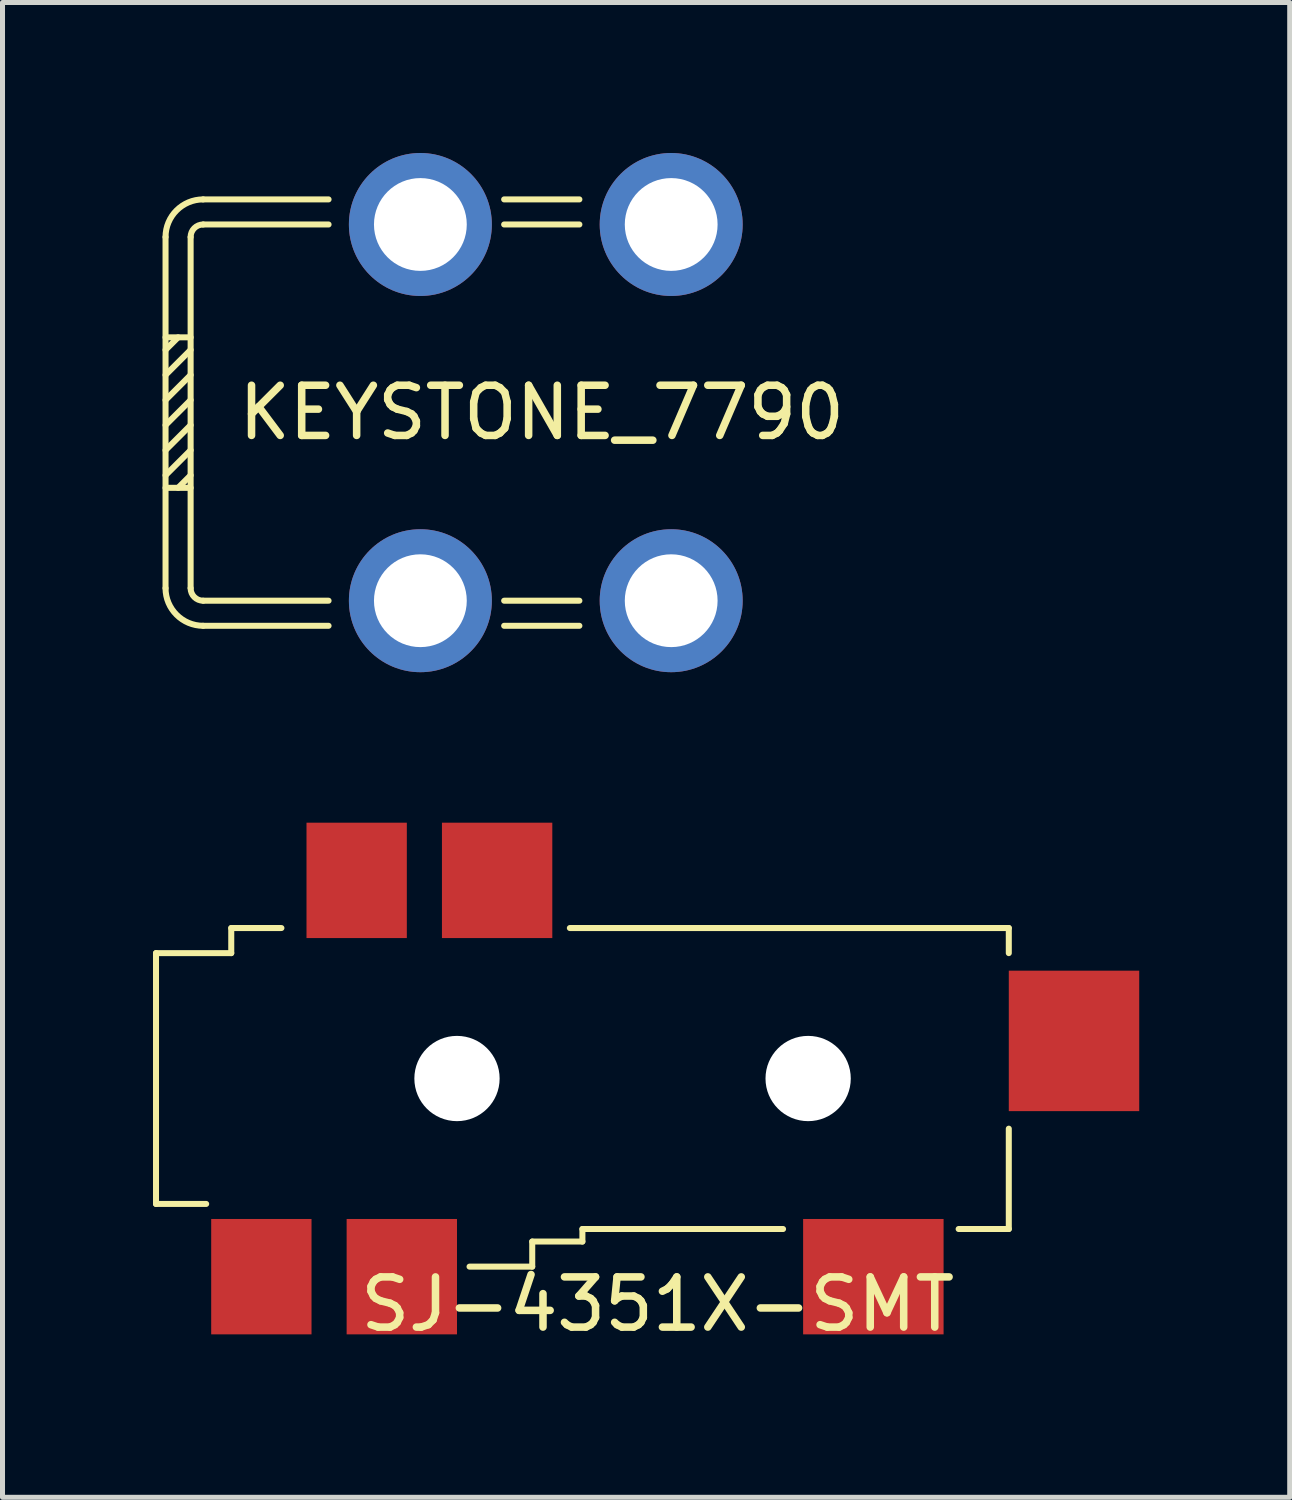
<source format=kicad_pcb>
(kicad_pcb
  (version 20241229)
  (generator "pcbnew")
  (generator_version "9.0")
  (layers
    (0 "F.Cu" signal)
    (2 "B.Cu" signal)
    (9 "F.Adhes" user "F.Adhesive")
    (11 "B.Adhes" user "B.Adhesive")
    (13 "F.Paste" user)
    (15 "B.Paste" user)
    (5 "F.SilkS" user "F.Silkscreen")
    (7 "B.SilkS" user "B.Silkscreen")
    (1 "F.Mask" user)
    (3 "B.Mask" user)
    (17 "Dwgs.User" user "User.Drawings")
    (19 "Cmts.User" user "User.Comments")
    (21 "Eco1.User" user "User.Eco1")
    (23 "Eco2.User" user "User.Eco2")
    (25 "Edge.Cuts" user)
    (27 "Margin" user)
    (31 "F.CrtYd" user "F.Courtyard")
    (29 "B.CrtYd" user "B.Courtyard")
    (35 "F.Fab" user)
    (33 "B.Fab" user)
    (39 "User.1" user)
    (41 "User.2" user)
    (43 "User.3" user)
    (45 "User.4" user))
  (footprint "SJ-4351X-SMT"
    (layer "F.Cu")
    (at 1.56 18.45)
    (property "Reference" "SJ-4351X-SMT" (at 8.5 4.5 0) (layer "F.SilkS") (effects (font (size 1 1) (thickness 0.15))))
    (attr through_hole)
    (fp_line (start -1.5 -2.5) (end 0 -2.5) (stroke (width 0.12) (type solid)) (layer "F.SilkS"))
    (fp_line (start -1.5 2.5) (end -1.5 -2.5) (stroke (width 0.12) (type solid)) (layer "F.SilkS"))
    (fp_line (start -1.5 2.5) (end -0.5 2.5) (stroke (width 0.12) (type solid)) (layer "F.SilkS"))
    (fp_line (start 0 -3) (end 1 -3) (stroke (width 0.12) (type solid)) (layer "F.SilkS"))
    (fp_line (start 0 -2.5) (end 0 -3) (stroke (width 0.12) (type solid)) (layer "F.SilkS"))
    (fp_line (start 6 3.25) (end 6 3.75) (stroke (width 0.12) (type solid)) (layer "F.SilkS"))
    (fp_line (start 6 3.75) (end 4.75 3.75) (stroke (width 0.12) (type solid)) (layer "F.SilkS"))
    (fp_line (start 7 3) (end 7 3.25) (stroke (width 0.12) (type solid)) (layer "F.SilkS"))
    (fp_line (start 7 3.25) (end 6 3.25) (stroke (width 0.12) (type solid)) (layer "F.SilkS"))
    (fp_line (start 11 3) (end 7 3) (stroke (width 0.12) (type solid)) (layer "F.SilkS"))
    (fp_line (start 14.5 3) (end 15.5 3) (stroke (width 0.12) (type solid)) (layer "F.SilkS"))
    (fp_line (start 15.5 -3) (end 6.75 -3) (stroke (width 0.12) (type solid)) (layer "F.SilkS"))
    (fp_line (start 15.5 -2.5) (end 15.5 -3) (stroke (width 0.12) (type solid)) (layer "F.SilkS"))
    (fp_line (start 15.5 3) (end 15.5 1) (stroke (width 0.12) (type solid)) (layer "F.SilkS"))
    (pad "" np_thru_hole circle (at 4.5 0) (size 1.7 1.7) (drill 1.7) (layers "*.Cu" "*.Mask"))
    (pad "" np_thru_hole circle (at 11.5 0) (size 1.7 1.7) (drill 1.7) (layers "*.Cu" "*.Mask"))
    (pad "R1" smd rect (at 5.3 -3.95) (size 2.2 2.3) (layers "F.Cu" "F.Mask" "F.Paste"))
    (pad "R2" smd rect (at 3.4 3.95) (size 2.2 2.3) (layers "F.Cu" "F.Mask" "F.Paste"))
    (pad "RS" smd rect (at 2.5 -3.95) (size 2 2.3) (layers "F.Cu" "F.Mask" "F.Paste"))
    (pad "S" smd rect (at 0.6 3.95) (size 2 2.3) (layers "F.Cu" "F.Mask" "F.Paste"))
    (pad "T" smd rect (at 12.8 3.95) (size 2.8 2.3) (layers "F.Cu" "F.Mask" "F.Paste"))
    (pad "TS" smd rect (at 16.8 -0.75) (size 2.6 2.8) (layers "F.Cu" "F.Mask" "F.Paste")))
  (footprint "KEYSTONE_7790"
    (layer "F.Cu")
    (at 0.25 5.175)
    (property "Reference" "KEYSTONE_7790" (at 7.5 0 0) (layer "F.SilkS") (effects (font (size 1 1) (thickness 0.15))))
    (attr through_hole)
    (fp_line (start 0 -3.5) (end 0 3.5) (stroke (width 0.12) (type solid)) (layer "F.SilkS"))
    (fp_line (start 0 -1.5) (end 0.5 -1.5) (stroke (width 0.12) (type solid)) (layer "F.SilkS"))
    (fp_line (start 0 -0.75) (end 0.5 -1.25) (stroke (width 0.12) (type solid)) (layer "F.SilkS"))
    (fp_line (start 0 -0.25) (end 0.5 -0.75) (stroke (width 0.12) (type solid)) (layer "F.SilkS"))
    (fp_line (start 0 0.25) (end 0.5 -0.25) (stroke (width 0.12) (type solid)) (layer "F.SilkS"))
    (fp_line (start 0 0.75) (end 0.5 0.25) (stroke (width 0.12) (type solid)) (layer "F.SilkS"))
    (fp_line (start 0 1.25) (end 0.5 0.75) (stroke (width 0.12) (type solid)) (layer "F.SilkS"))
    (fp_line (start 0 1.5) (end 0.5 1.5) (stroke (width 0.12) (type solid)) (layer "F.SilkS"))
    (fp_line (start 0.25 -1.5) (end 0 -1.25) (stroke (width 0.12) (type solid)) (layer "F.SilkS"))
    (fp_line (start 0.5 1.25) (end 0.25 1.5) (stroke (width 0.12) (type solid)) (layer "F.SilkS"))
    (fp_line (start 0.5 3.5) (end 0.5 -3.5) (stroke (width 0.12) (type solid)) (layer "F.SilkS"))
    (fp_line (start 0.75 -3.75) (end 3.25 -3.75) (stroke (width 0.12) (type solid)) (layer "F.SilkS"))
    (fp_line (start 0.75 4.25) (end 3.25 4.25) (stroke (width 0.12) (type solid)) (layer "F.SilkS"))
    (fp_line (start 3.25 -4.25) (end 0.75 -4.25) (stroke (width 0.12) (type solid)) (layer "F.SilkS"))
    (fp_line (start 3.25 3.75) (end 0.75 3.75) (stroke (width 0.12) (type solid)) (layer "F.SilkS"))
    (fp_line (start 6.75 -4.25) (end 8.25 -4.25) (stroke (width 0.12) (type solid)) (layer "F.SilkS"))
    (fp_line (start 6.75 3.75) (end 8.25 3.75) (stroke (width 0.12) (type solid)) (layer "F.SilkS"))
    (fp_line (start 6.75 4.25) (end 8.25 4.25) (stroke (width 0.12) (type solid)) (layer "F.SilkS"))
    (fp_line (start 8.25 -3.75) (end 6.75 -3.75) (stroke (width 0.12) (type solid)) (layer "F.SilkS"))
    (fp_arc (start 0 -3.5) (mid 0.21967 -4.03033) (end 0.75 -4.25) (stroke (width 0.12) (type solid)) (layer "F.SilkS"))
    (fp_arc (start 0.5 -3.5) (mid 0.573223 -3.676777) (end 0.75 -3.75) (stroke (width 0.12) (type solid)) (layer "F.SilkS"))
    (fp_arc (start 0.75 3.75) (mid 0.573223 3.676777) (end 0.5 3.5) (stroke (width 0.12) (type solid)) (layer "F.SilkS"))
    (fp_arc (start 0.75 4.25) (mid 0.21967 4.03033) (end 0 3.5) (stroke (width 0.12) (type solid)) (layer "F.SilkS"))
    (pad "1" thru_hole circle (at 5.08 -3.75) (size 2.85 2.85) (drill 1.85) (layers "*.Cu" "*.Mask"))
    (pad "1" thru_hole circle (at 5.08 3.75) (size 2.85 2.85) (drill 1.85) (layers "*.Cu" "*.Mask"))
    (pad "1" thru_hole circle (at 10.08 -3.75) (size 2.85 2.85) (drill 1.85) (layers "*.Cu" "*.Mask"))
    (pad "1" thru_hole circle (at 10.08 3.75) (size 2.85 2.85) (drill 1.85) (layers "*.Cu" "*.Mask")))
  (gr_rect
    (start -3 -3)
    (end 22.66 26.798)
    (stroke (width 0.1) (type default))
    (fill no)
    (layer "Edge.Cuts")))
</source>
